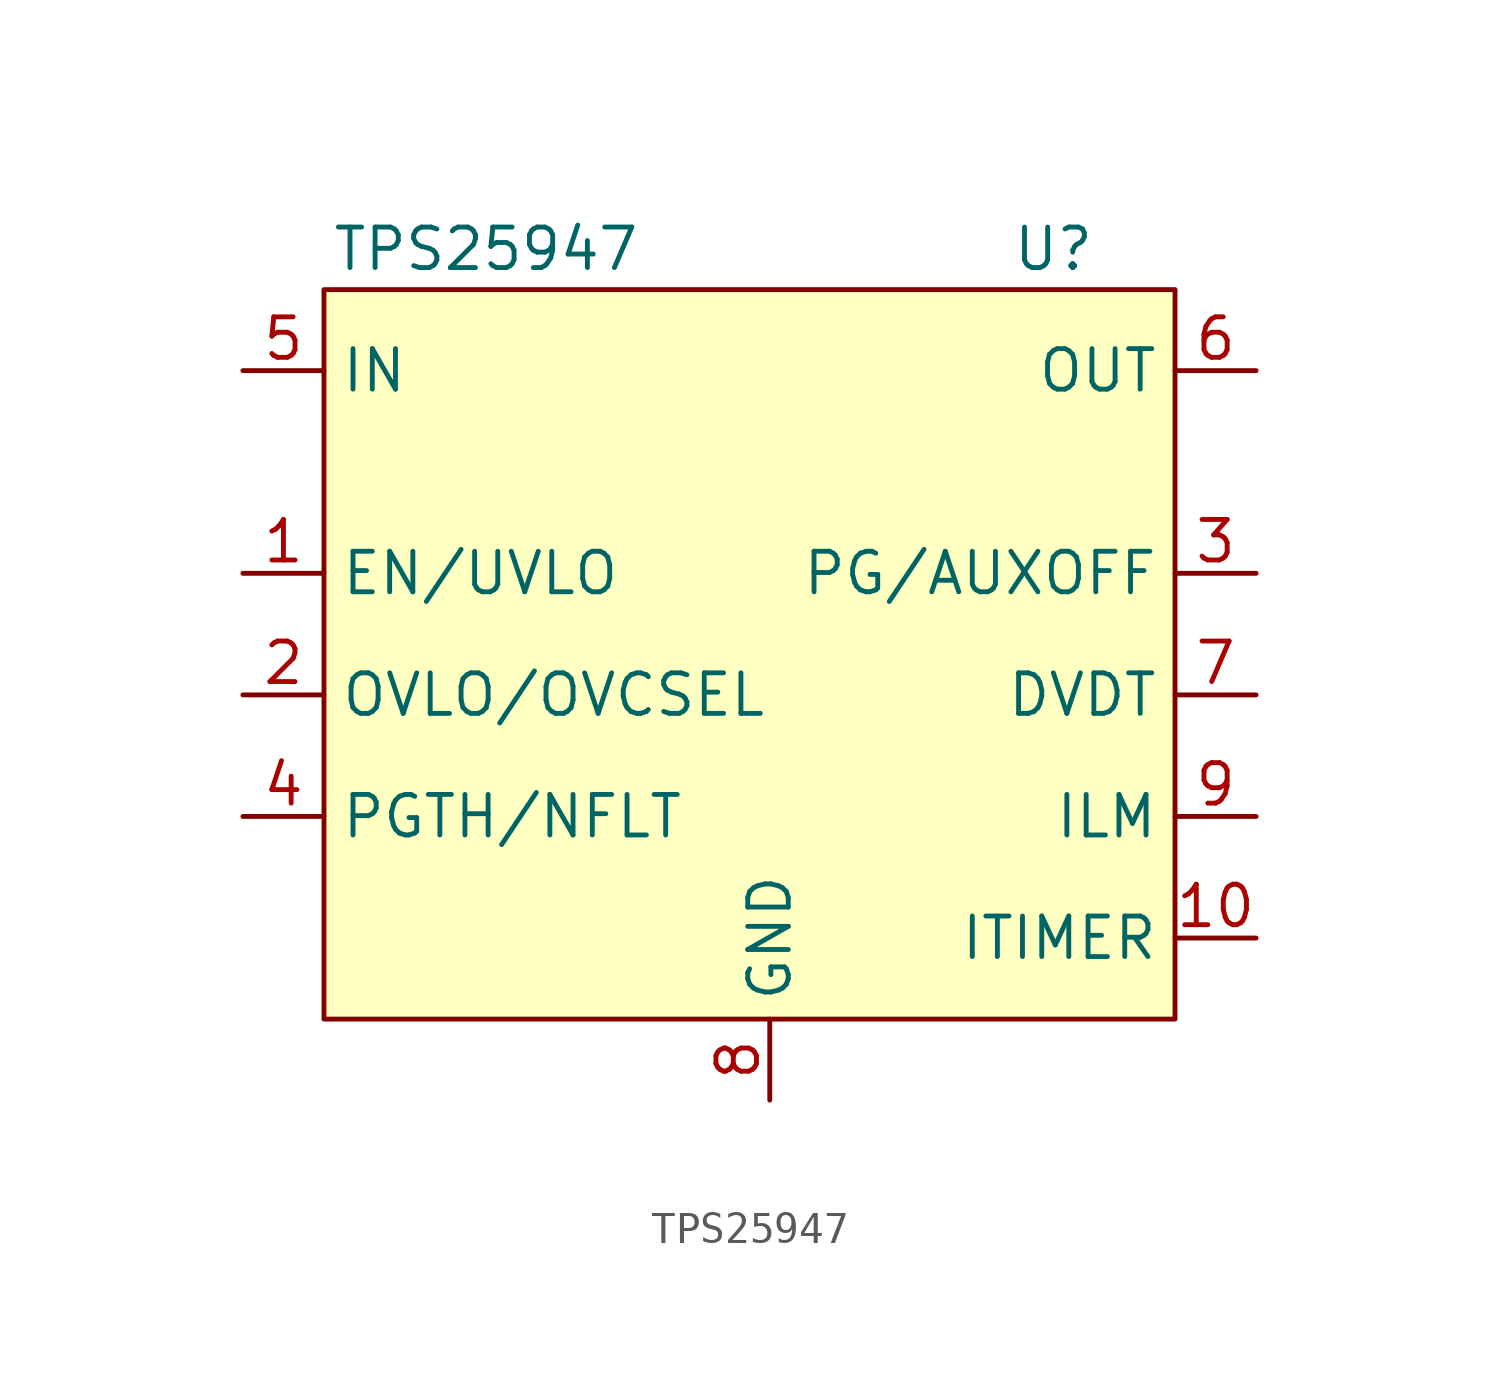
<source format=kicad_sym>
(kicad_symbol_lib
  (version 20211014)
  (generator kicad_symbol_editor)
  (symbol "TPS25947"
    (property "Reference" "U"
      (at 8.89 12.7 0)
      (effects (font (size 1.27 1.27))))
    (property "Value" "TPS25947"
      (at -8.89 12.7 0)
      (effects (font (size 1.27 1.27))))
    (symbol "TPS25947_0_0"
      (pin input line (at -16.51 2.54 0) (length 2.54) (name "EN/UVLO" (effects (font (size 1.27 1.27)))) (number "1" (effects (font (size 1.27 1.27)))))
      (pin output line (at 15.24 -8.89 180) (length 2.54) (name "ITIMER" (effects (font (size 1.27 1.27)))) (number "10" (effects (font (size 1.27 1.27)))))
      (pin input line (at -16.51 -1.27 0) (length 2.54) (name "OVLO/OVCSEL" (effects (font (size 1.27 1.27)))) (number "2" (effects (font (size 1.27 1.27)))))
      (pin output line (at 15.24 2.54 180) (length 2.54) (name "PG/AUXOFF" (effects (font (size 1.27 1.27)))) (number "3" (effects (font (size 1.27 1.27)))))
      (pin bidirectional line (at -16.51 -5.08 0) (length 2.54) (name "PGTH/NFLT" (effects (font (size 1.27 1.27)))) (number "4" (effects (font (size 1.27 1.27)))))
      (pin power_in line (at -16.51 8.89 0) (length 2.54) (name "IN" (effects (font (size 1.27 1.27)))) (number "5" (effects (font (size 1.27 1.27)))))
      (pin power_out line (at 15.24 8.89 180) (length 2.54) (name "OUT" (effects (font (size 1.27 1.27)))) (number "6" (effects (font (size 1.27 1.27)))))
      (pin output line (at 15.24 -1.27 180) (length 2.54) (name "DVDT" (effects (font (size 1.27 1.27)))) (number "7" (effects (font (size 1.27 1.27)))))
      (pin input line (at 0 -13.97 90) (length 2.54) (name "GND" (effects (font (size 1.27 1.27)))) (number "8" (effects (font (size 1.27 1.27)))))
      (pin output line (at 15.24 -5.08 180) (length 2.54) (name "ILM" (effects (font (size 1.27 1.27)))) (number "9" (effects (font (size 1.27 1.27))))))
    (symbol "TPS25947_0_1"
      (rectangle (start 12.7 11.43) (end -13.97 -11.43) (stroke (width 0) (type default) (color 0 0 0 0)) (fill (type background))))))
</source>
